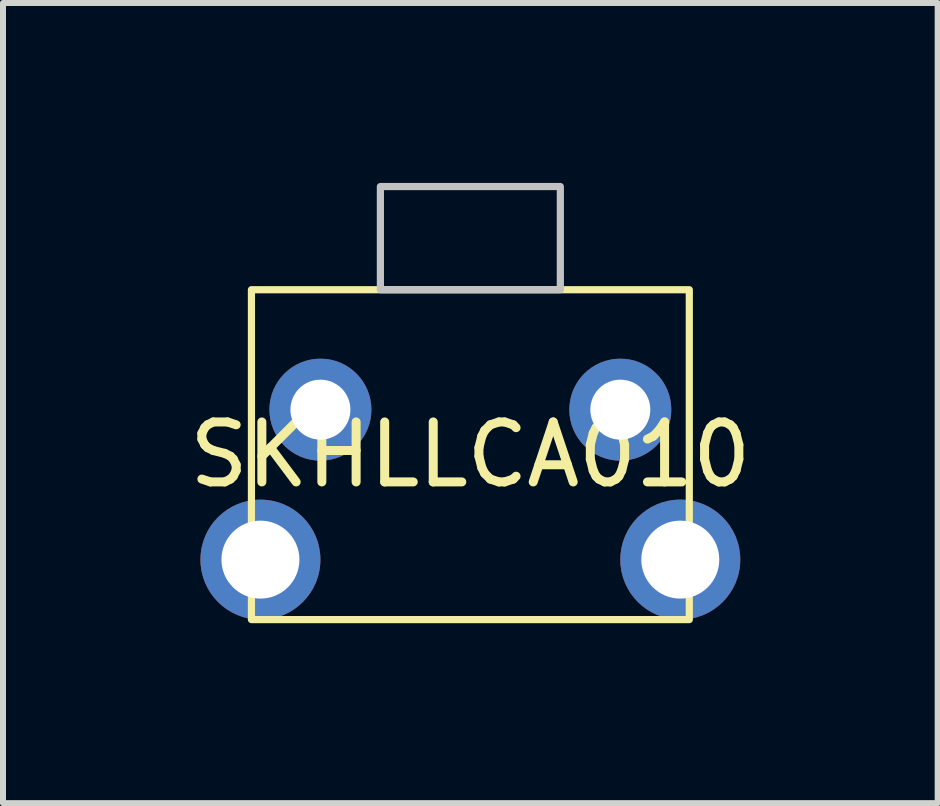
<source format=kicad_pcb>
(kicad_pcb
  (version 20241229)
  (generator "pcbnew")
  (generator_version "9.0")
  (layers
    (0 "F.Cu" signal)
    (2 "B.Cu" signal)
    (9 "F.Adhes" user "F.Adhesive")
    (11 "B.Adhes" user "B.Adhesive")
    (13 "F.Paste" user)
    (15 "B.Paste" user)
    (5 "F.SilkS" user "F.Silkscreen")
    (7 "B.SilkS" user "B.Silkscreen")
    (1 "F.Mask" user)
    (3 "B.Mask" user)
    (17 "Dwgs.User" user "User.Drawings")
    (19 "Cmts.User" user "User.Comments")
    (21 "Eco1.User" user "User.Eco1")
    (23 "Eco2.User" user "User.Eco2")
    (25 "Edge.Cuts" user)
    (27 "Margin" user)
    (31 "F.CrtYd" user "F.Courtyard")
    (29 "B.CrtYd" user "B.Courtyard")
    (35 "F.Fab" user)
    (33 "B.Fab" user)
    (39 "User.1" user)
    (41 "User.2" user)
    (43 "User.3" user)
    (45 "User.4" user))
  (footprint "SKHLLCA010"
    (layer "F.Cu")
    (at 4.792 5.03)
    (property "Reference" "SKHLLCA010" (at 0 -0.5 0) (unlocked yes) (layer "F.SilkS") (effects (font (size 1 1) (thickness 0.15))))
    (attr through_hole)
    (fp_rect (start -3.65 -3.25) (end 3.65 2.25) (stroke (width 0.12) (type default)) (fill no) (layer "F.SilkS"))
    (fp_rect (start -1.5 -4.97) (end 1.5 -3.25) (stroke (width 0.12) (type default)) (fill no) (layer "Dwgs.User"))
    (pad "" thru_hole circle (at -3.5 1.25) (size 2 2) (drill 1.3) (layers "*.Cu" "*.Mask"))
    (pad "" thru_hole circle (at 3.5 1.25) (size 2 2) (drill 1.3) (layers "*.Cu" "*.Mask"))
    (pad "1" thru_hole circle (at 2.5 -1.25 90) (size 1.7 1.7) (drill 1) (layers "*.Cu" "*.Mask"))
    (pad "2" thru_hole circle (at -2.5 -1.25) (size 1.7 1.7) (drill 1) (layers "*.Cu" "*.Mask")))
  (gr_rect
    (start -3 -3)
    (end 12.583 10.34)
    (stroke (width 0.1) (type default))
    (fill no)
    (layer "Edge.Cuts")))
</source>
